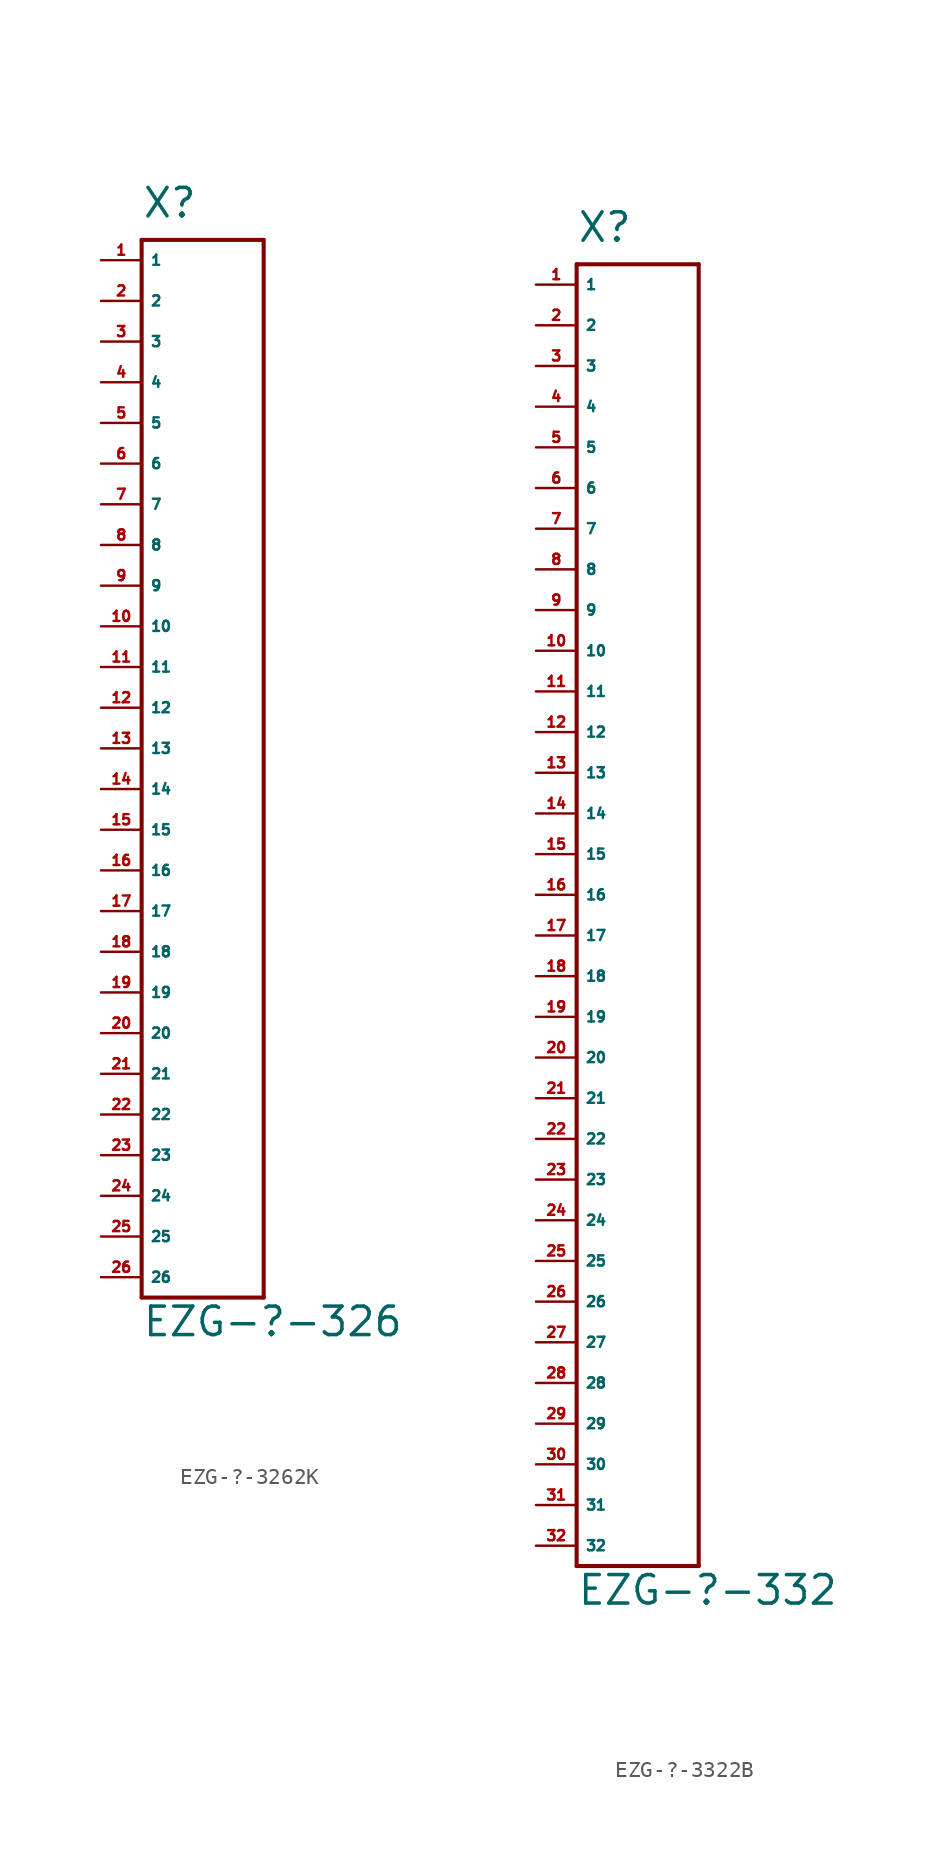
<source format=kicad_sym>
(kicad_symbol_lib
  (version 20220914)
  (generator Eagle2Kicad)
  (symbol "EZG-?-3262K"
    (property "Reference" "X"
      (at -2.54 2.54 0)
      (effects (font (size 1.778 1.778) (thickness 0.22)) (justify left bottom)))
    (property "Value" "EZG-?-326"
      (at -2.54 -67.31 0)
      (effects (font (size 1.778 1.778) (thickness 0.22)) (justify left bottom)))
    (polyline
      (pts (xy -2.54 1.27) (xy -2.54 -64.77))
      (stroke (width 0.254) (type default))
      (fill (type none)))
    (polyline
      (pts (xy -2.54 -64.77) (xy 5.08 -64.77))
      (stroke (width 0.254) (type default))
      (fill (type none)))
    (polyline
      (pts (xy 5.08 -64.77) (xy 5.08 1.27))
      (stroke (width 0.254) (type default))
      (fill (type none)))
    (polyline
      (pts (xy 5.08 1.27) (xy -2.54 1.27))
      (stroke (width 0.254) (type default))
      (fill (type none)))
    (pin passive line
      (at -5.08 0 0)
      (length 2.54)
      (name "1" (effects (font (size 0.635 0.635) (thickness 0.08)) (justify left bottom)))
      (number "1" (effects (font (size 0.635 0.635) (thickness 0.08)) (justify left bottom))))
    (pin passive line
      (at -5.08 -2.54 0)
      (length 2.54)
      (name "2" (effects (font (size 0.635 0.635) (thickness 0.08)) (justify left bottom)))
      (number "2" (effects (font (size 0.635 0.635) (thickness 0.08)) (justify left bottom))))
    (pin passive line
      (at -5.08 -5.08 0)
      (length 2.54)
      (name "3" (effects (font (size 0.635 0.635) (thickness 0.08)) (justify left bottom)))
      (number "3" (effects (font (size 0.635 0.635) (thickness 0.08)) (justify left bottom))))
    (pin passive line
      (at -5.08 -7.62 0)
      (length 2.54)
      (name "4" (effects (font (size 0.635 0.635) (thickness 0.08)) (justify left bottom)))
      (number "4" (effects (font (size 0.635 0.635) (thickness 0.08)) (justify left bottom))))
    (pin passive line
      (at -5.08 -10.16 0)
      (length 2.54)
      (name "5" (effects (font (size 0.635 0.635) (thickness 0.08)) (justify left bottom)))
      (number "5" (effects (font (size 0.635 0.635) (thickness 0.08)) (justify left bottom))))
    (pin passive line
      (at -5.08 -12.7 0)
      (length 2.54)
      (name "6" (effects (font (size 0.635 0.635) (thickness 0.08)) (justify left bottom)))
      (number "6" (effects (font (size 0.635 0.635) (thickness 0.08)) (justify left bottom))))
    (pin passive line
      (at -5.08 -15.24 0)
      (length 2.54)
      (name "7" (effects (font (size 0.635 0.635) (thickness 0.08)) (justify left bottom)))
      (number "7" (effects (font (size 0.635 0.635) (thickness 0.08)) (justify left bottom))))
    (pin passive line
      (at -5.08 -17.78 0)
      (length 2.54)
      (name "8" (effects (font (size 0.635 0.635) (thickness 0.08)) (justify left bottom)))
      (number "8" (effects (font (size 0.635 0.635) (thickness 0.08)) (justify left bottom))))
    (pin passive line
      (at -5.08 -20.32 0)
      (length 2.54)
      (name "9" (effects (font (size 0.635 0.635) (thickness 0.08)) (justify left bottom)))
      (number "9" (effects (font (size 0.635 0.635) (thickness 0.08)) (justify left bottom))))
    (pin passive line
      (at -5.08 -22.86 0)
      (length 2.54)
      (name "10" (effects (font (size 0.635 0.635) (thickness 0.08)) (justify left bottom)))
      (number "10" (effects (font (size 0.635 0.635) (thickness 0.08)) (justify left bottom))))
    (pin passive line
      (at -5.08 -25.4 0)
      (length 2.54)
      (name "11" (effects (font (size 0.635 0.635) (thickness 0.08)) (justify left bottom)))
      (number "11" (effects (font (size 0.635 0.635) (thickness 0.08)) (justify left bottom))))
    (pin passive line
      (at -5.08 -27.94 0)
      (length 2.54)
      (name "12" (effects (font (size 0.635 0.635) (thickness 0.08)) (justify left bottom)))
      (number "12" (effects (font (size 0.635 0.635) (thickness 0.08)) (justify left bottom))))
    (pin passive line
      (at -5.08 -30.48 0)
      (length 2.54)
      (name "13" (effects (font (size 0.635 0.635) (thickness 0.08)) (justify left bottom)))
      (number "13" (effects (font (size 0.635 0.635) (thickness 0.08)) (justify left bottom))))
    (pin passive line
      (at -5.08 -33.02 0)
      (length 2.54)
      (name "14" (effects (font (size 0.635 0.635) (thickness 0.08)) (justify left bottom)))
      (number "14" (effects (font (size 0.635 0.635) (thickness 0.08)) (justify left bottom))))
    (pin passive line
      (at -5.08 -35.56 0)
      (length 2.54)
      (name "15" (effects (font (size 0.635 0.635) (thickness 0.08)) (justify left bottom)))
      (number "15" (effects (font (size 0.635 0.635) (thickness 0.08)) (justify left bottom))))
    (pin passive line
      (at -5.08 -38.1 0)
      (length 2.54)
      (name "16" (effects (font (size 0.635 0.635) (thickness 0.08)) (justify left bottom)))
      (number "16" (effects (font (size 0.635 0.635) (thickness 0.08)) (justify left bottom))))
    (pin passive line
      (at -5.08 -40.64 0)
      (length 2.54)
      (name "17" (effects (font (size 0.635 0.635) (thickness 0.08)) (justify left bottom)))
      (number "17" (effects (font (size 0.635 0.635) (thickness 0.08)) (justify left bottom))))
    (pin passive line
      (at -5.08 -43.18 0)
      (length 2.54)
      (name "18" (effects (font (size 0.635 0.635) (thickness 0.08)) (justify left bottom)))
      (number "18" (effects (font (size 0.635 0.635) (thickness 0.08)) (justify left bottom))))
    (pin passive line
      (at -5.08 -45.72 0)
      (length 2.54)
      (name "19" (effects (font (size 0.635 0.635) (thickness 0.08)) (justify left bottom)))
      (number "19" (effects (font (size 0.635 0.635) (thickness 0.08)) (justify left bottom))))
    (pin passive line
      (at -5.08 -48.26 0)
      (length 2.54)
      (name "20" (effects (font (size 0.635 0.635) (thickness 0.08)) (justify left bottom)))
      (number "20" (effects (font (size 0.635 0.635) (thickness 0.08)) (justify left bottom))))
    (pin passive line
      (at -5.08 -50.8 0)
      (length 2.54)
      (name "21" (effects (font (size 0.635 0.635) (thickness 0.08)) (justify left bottom)))
      (number "21" (effects (font (size 0.635 0.635) (thickness 0.08)) (justify left bottom))))
    (pin passive line
      (at -5.08 -53.34 0)
      (length 2.54)
      (name "22" (effects (font (size 0.635 0.635) (thickness 0.08)) (justify left bottom)))
      (number "22" (effects (font (size 0.635 0.635) (thickness 0.08)) (justify left bottom))))
    (pin passive line
      (at -5.08 -55.88 0)
      (length 2.54)
      (name "23" (effects (font (size 0.635 0.635) (thickness 0.08)) (justify left bottom)))
      (number "23" (effects (font (size 0.635 0.635) (thickness 0.08)) (justify left bottom))))
    (pin passive line
      (at -5.08 -58.42 0)
      (length 2.54)
      (name "24" (effects (font (size 0.635 0.635) (thickness 0.08)) (justify left bottom)))
      (number "24" (effects (font (size 0.635 0.635) (thickness 0.08)) (justify left bottom))))
    (pin passive line
      (at -5.08 -60.96 0)
      (length 2.54)
      (name "25" (effects (font (size 0.635 0.635) (thickness 0.08)) (justify left bottom)))
      (number "25" (effects (font (size 0.635 0.635) (thickness 0.08)) (justify left bottom))))
    (pin passive line
      (at -5.08 -63.5 0)
      (length 2.54)
      (name "26" (effects (font (size 0.635 0.635) (thickness 0.08)) (justify left bottom)))
      (number "26" (effects (font (size 0.635 0.635) (thickness 0.08)) (justify left bottom)))))
  (symbol "EZG-?-3322B"
    (property "Reference" "X"
      (at -2.54 2.54 0)
      (effects (font (size 1.778 1.778) (thickness 0.22)) (justify left bottom)))
    (property "Value" "EZG-?-332"
      (at -2.54 -82.55 0)
      (effects (font (size 1.778 1.778) (thickness 0.22)) (justify left bottom)))
    (polyline
      (pts (xy -2.54 1.27) (xy -2.54 -80.01))
      (stroke (width 0.254) (type default))
      (fill (type none)))
    (polyline
      (pts (xy -2.54 -80.01) (xy 5.08 -80.01))
      (stroke (width 0.254) (type default))
      (fill (type none)))
    (polyline
      (pts (xy 5.08 -80.01) (xy 5.08 1.27))
      (stroke (width 0.254) (type default))
      (fill (type none)))
    (polyline
      (pts (xy 5.08 1.27) (xy -2.54 1.27))
      (stroke (width 0.254) (type default))
      (fill (type none)))
    (pin passive line
      (at -5.08 0 0)
      (length 2.54)
      (name "1" (effects (font (size 0.635 0.635) (thickness 0.08)) (justify left bottom)))
      (number "1" (effects (font (size 0.635 0.635) (thickness 0.08)) (justify left bottom))))
    (pin passive line
      (at -5.08 -2.54 0)
      (length 2.54)
      (name "2" (effects (font (size 0.635 0.635) (thickness 0.08)) (justify left bottom)))
      (number "2" (effects (font (size 0.635 0.635) (thickness 0.08)) (justify left bottom))))
    (pin passive line
      (at -5.08 -5.08 0)
      (length 2.54)
      (name "3" (effects (font (size 0.635 0.635) (thickness 0.08)) (justify left bottom)))
      (number "3" (effects (font (size 0.635 0.635) (thickness 0.08)) (justify left bottom))))
    (pin passive line
      (at -5.08 -7.62 0)
      (length 2.54)
      (name "4" (effects (font (size 0.635 0.635) (thickness 0.08)) (justify left bottom)))
      (number "4" (effects (font (size 0.635 0.635) (thickness 0.08)) (justify left bottom))))
    (pin passive line
      (at -5.08 -10.16 0)
      (length 2.54)
      (name "5" (effects (font (size 0.635 0.635) (thickness 0.08)) (justify left bottom)))
      (number "5" (effects (font (size 0.635 0.635) (thickness 0.08)) (justify left bottom))))
    (pin passive line
      (at -5.08 -12.7 0)
      (length 2.54)
      (name "6" (effects (font (size 0.635 0.635) (thickness 0.08)) (justify left bottom)))
      (number "6" (effects (font (size 0.635 0.635) (thickness 0.08)) (justify left bottom))))
    (pin passive line
      (at -5.08 -15.24 0)
      (length 2.54)
      (name "7" (effects (font (size 0.635 0.635) (thickness 0.08)) (justify left bottom)))
      (number "7" (effects (font (size 0.635 0.635) (thickness 0.08)) (justify left bottom))))
    (pin passive line
      (at -5.08 -17.78 0)
      (length 2.54)
      (name "8" (effects (font (size 0.635 0.635) (thickness 0.08)) (justify left bottom)))
      (number "8" (effects (font (size 0.635 0.635) (thickness 0.08)) (justify left bottom))))
    (pin passive line
      (at -5.08 -20.32 0)
      (length 2.54)
      (name "9" (effects (font (size 0.635 0.635) (thickness 0.08)) (justify left bottom)))
      (number "9" (effects (font (size 0.635 0.635) (thickness 0.08)) (justify left bottom))))
    (pin passive line
      (at -5.08 -22.86 0)
      (length 2.54)
      (name "10" (effects (font (size 0.635 0.635) (thickness 0.08)) (justify left bottom)))
      (number "10" (effects (font (size 0.635 0.635) (thickness 0.08)) (justify left bottom))))
    (pin passive line
      (at -5.08 -25.4 0)
      (length 2.54)
      (name "11" (effects (font (size 0.635 0.635) (thickness 0.08)) (justify left bottom)))
      (number "11" (effects (font (size 0.635 0.635) (thickness 0.08)) (justify left bottom))))
    (pin passive line
      (at -5.08 -27.94 0)
      (length 2.54)
      (name "12" (effects (font (size 0.635 0.635) (thickness 0.08)) (justify left bottom)))
      (number "12" (effects (font (size 0.635 0.635) (thickness 0.08)) (justify left bottom))))
    (pin passive line
      (at -5.08 -30.48 0)
      (length 2.54)
      (name "13" (effects (font (size 0.635 0.635) (thickness 0.08)) (justify left bottom)))
      (number "13" (effects (font (size 0.635 0.635) (thickness 0.08)) (justify left bottom))))
    (pin passive line
      (at -5.08 -33.02 0)
      (length 2.54)
      (name "14" (effects (font (size 0.635 0.635) (thickness 0.08)) (justify left bottom)))
      (number "14" (effects (font (size 0.635 0.635) (thickness 0.08)) (justify left bottom))))
    (pin passive line
      (at -5.08 -35.56 0)
      (length 2.54)
      (name "15" (effects (font (size 0.635 0.635) (thickness 0.08)) (justify left bottom)))
      (number "15" (effects (font (size 0.635 0.635) (thickness 0.08)) (justify left bottom))))
    (pin passive line
      (at -5.08 -38.1 0)
      (length 2.54)
      (name "16" (effects (font (size 0.635 0.635) (thickness 0.08)) (justify left bottom)))
      (number "16" (effects (font (size 0.635 0.635) (thickness 0.08)) (justify left bottom))))
    (pin passive line
      (at -5.08 -40.64 0)
      (length 2.54)
      (name "17" (effects (font (size 0.635 0.635) (thickness 0.08)) (justify left bottom)))
      (number "17" (effects (font (size 0.635 0.635) (thickness 0.08)) (justify left bottom))))
    (pin passive line
      (at -5.08 -43.18 0)
      (length 2.54)
      (name "18" (effects (font (size 0.635 0.635) (thickness 0.08)) (justify left bottom)))
      (number "18" (effects (font (size 0.635 0.635) (thickness 0.08)) (justify left bottom))))
    (pin passive line
      (at -5.08 -45.72 0)
      (length 2.54)
      (name "19" (effects (font (size 0.635 0.635) (thickness 0.08)) (justify left bottom)))
      (number "19" (effects (font (size 0.635 0.635) (thickness 0.08)) (justify left bottom))))
    (pin passive line
      (at -5.08 -48.26 0)
      (length 2.54)
      (name "20" (effects (font (size 0.635 0.635) (thickness 0.08)) (justify left bottom)))
      (number "20" (effects (font (size 0.635 0.635) (thickness 0.08)) (justify left bottom))))
    (pin passive line
      (at -5.08 -50.8 0)
      (length 2.54)
      (name "21" (effects (font (size 0.635 0.635) (thickness 0.08)) (justify left bottom)))
      (number "21" (effects (font (size 0.635 0.635) (thickness 0.08)) (justify left bottom))))
    (pin passive line
      (at -5.08 -53.34 0)
      (length 2.54)
      (name "22" (effects (font (size 0.635 0.635) (thickness 0.08)) (justify left bottom)))
      (number "22" (effects (font (size 0.635 0.635) (thickness 0.08)) (justify left bottom))))
    (pin passive line
      (at -5.08 -55.88 0)
      (length 2.54)
      (name "23" (effects (font (size 0.635 0.635) (thickness 0.08)) (justify left bottom)))
      (number "23" (effects (font (size 0.635 0.635) (thickness 0.08)) (justify left bottom))))
    (pin passive line
      (at -5.08 -58.42 0)
      (length 2.54)
      (name "24" (effects (font (size 0.635 0.635) (thickness 0.08)) (justify left bottom)))
      (number "24" (effects (font (size 0.635 0.635) (thickness 0.08)) (justify left bottom))))
    (pin passive line
      (at -5.08 -60.96 0)
      (length 2.54)
      (name "25" (effects (font (size 0.635 0.635) (thickness 0.08)) (justify left bottom)))
      (number "25" (effects (font (size 0.635 0.635) (thickness 0.08)) (justify left bottom))))
    (pin passive line
      (at -5.08 -63.5 0)
      (length 2.54)
      (name "26" (effects (font (size 0.635 0.635) (thickness 0.08)) (justify left bottom)))
      (number "26" (effects (font (size 0.635 0.635) (thickness 0.08)) (justify left bottom))))
    (pin passive line
      (at -5.08 -66.04 0)
      (length 2.54)
      (name "27" (effects (font (size 0.635 0.635) (thickness 0.08)) (justify left bottom)))
      (number "27" (effects (font (size 0.635 0.635) (thickness 0.08)) (justify left bottom))))
    (pin passive line
      (at -5.08 -68.58 0)
      (length 2.54)
      (name "28" (effects (font (size 0.635 0.635) (thickness 0.08)) (justify left bottom)))
      (number "28" (effects (font (size 0.635 0.635) (thickness 0.08)) (justify left bottom))))
    (pin passive line
      (at -5.08 -71.12 0)
      (length 2.54)
      (name "29" (effects (font (size 0.635 0.635) (thickness 0.08)) (justify left bottom)))
      (number "29" (effects (font (size 0.635 0.635) (thickness 0.08)) (justify left bottom))))
    (pin passive line
      (at -5.08 -73.66 0)
      (length 2.54)
      (name "30" (effects (font (size 0.635 0.635) (thickness 0.08)) (justify left bottom)))
      (number "30" (effects (font (size 0.635 0.635) (thickness 0.08)) (justify left bottom))))
    (pin passive line
      (at -5.08 -76.2 0)
      (length 2.54)
      (name "31" (effects (font (size 0.635 0.635) (thickness 0.08)) (justify left bottom)))
      (number "31" (effects (font (size 0.635 0.635) (thickness 0.08)) (justify left bottom))))
    (pin passive line
      (at -5.08 -78.74 0)
      (length 2.54)
      (name "32" (effects (font (size 0.635 0.635) (thickness 0.08)) (justify left bottom)))
      (number "32" (effects (font (size 0.635 0.635) (thickness 0.08)) (justify left bottom))))))
</source>
